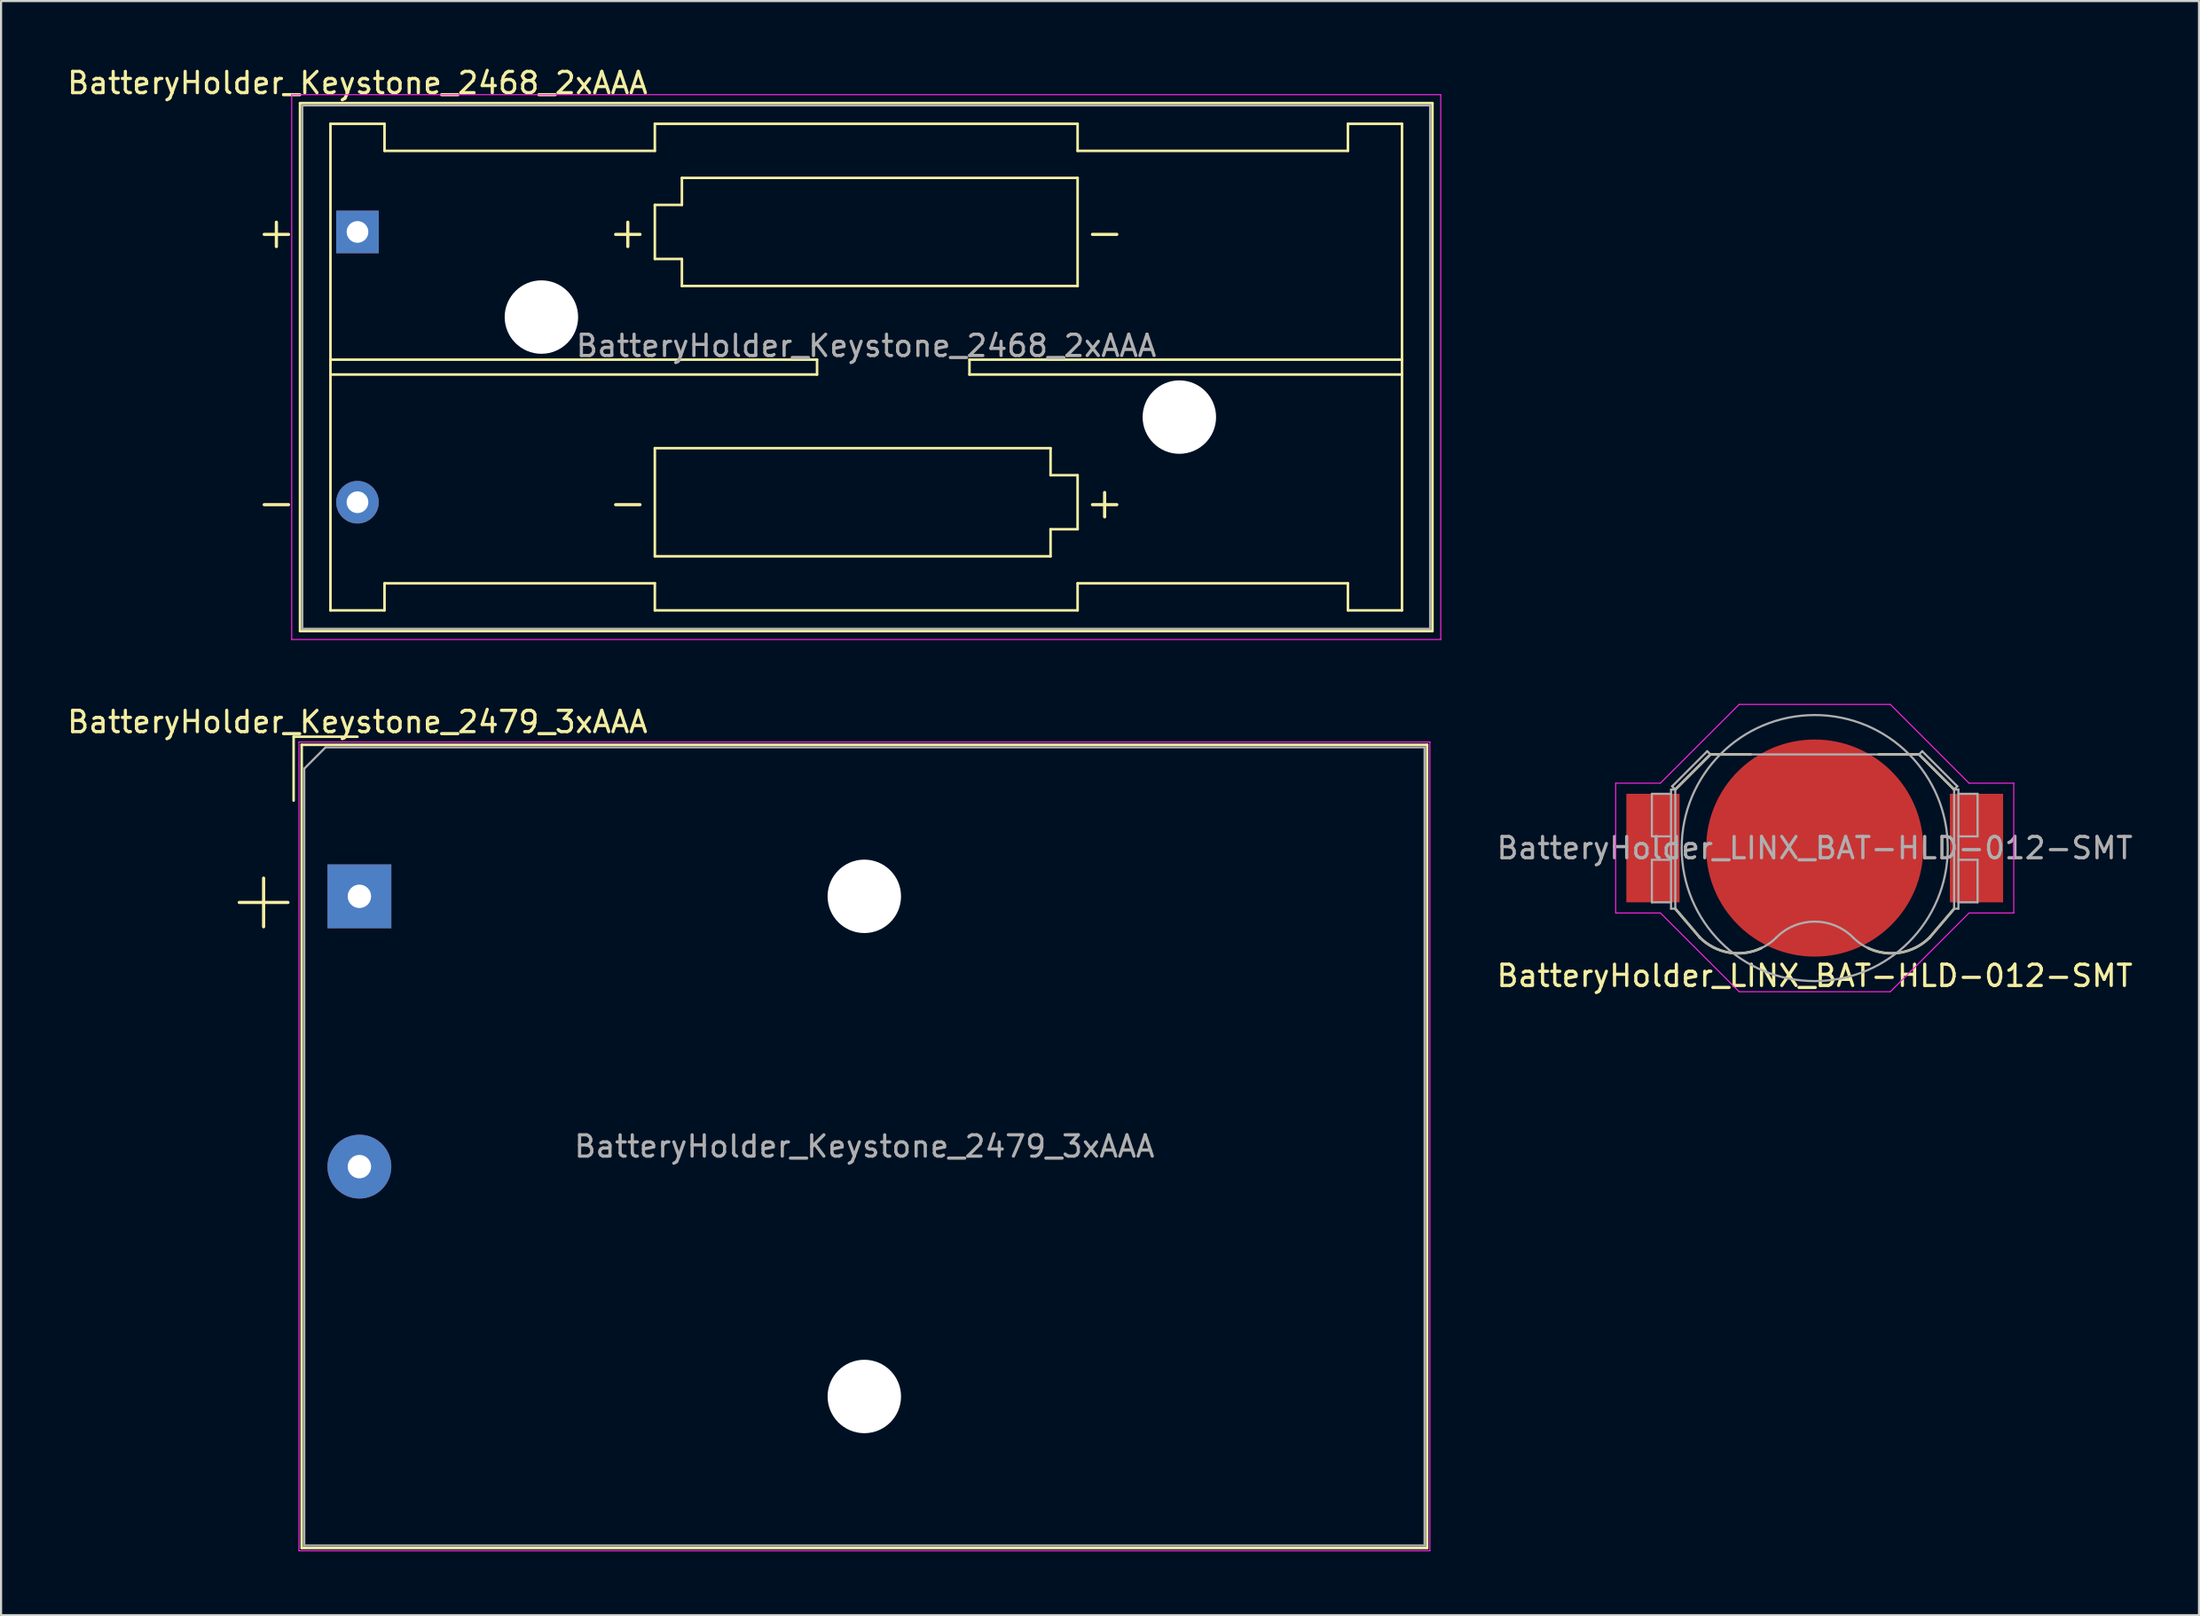
<source format=kicad_pcb>
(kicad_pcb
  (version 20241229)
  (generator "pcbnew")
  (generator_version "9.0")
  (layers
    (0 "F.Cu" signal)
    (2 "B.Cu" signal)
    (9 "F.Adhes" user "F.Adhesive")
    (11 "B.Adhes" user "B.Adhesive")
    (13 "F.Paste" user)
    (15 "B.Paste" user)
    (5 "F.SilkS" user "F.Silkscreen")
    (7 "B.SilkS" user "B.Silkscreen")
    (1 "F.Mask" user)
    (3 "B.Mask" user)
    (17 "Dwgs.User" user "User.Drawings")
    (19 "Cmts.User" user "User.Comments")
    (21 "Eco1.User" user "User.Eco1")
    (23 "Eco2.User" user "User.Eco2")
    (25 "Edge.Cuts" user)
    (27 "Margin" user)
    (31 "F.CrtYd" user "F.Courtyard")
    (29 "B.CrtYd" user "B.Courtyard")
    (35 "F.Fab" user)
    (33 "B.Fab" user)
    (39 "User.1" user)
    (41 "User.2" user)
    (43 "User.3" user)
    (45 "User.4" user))
  (footprint "BatteryHolder_Keystone_2468_2xAAA"
    (layer "F.Cu")
    (at 13.744 7.848)
    (property "Reference" "BatteryHolder_Keystone_2468_2xAAA" (at 0 -7 0) (layer "F.SilkS") (effects (font (size 1 1) (thickness 0.15))))
    (attr through_hole)
    (fp_line (start -2.7 -6.05) (end -2.7 18.75) (stroke (width 0.12) (type solid)) (layer "F.SilkS"))
    (fp_line (start -2.7 18.755) (end 50.5 18.755) (stroke (width 0.12) (type solid)) (layer "F.SilkS"))
    (fp_line (start -1.27 -5.08) (end -1.27 17.78) (stroke (width 0.12) (type solid)) (layer "F.SilkS"))
    (fp_line (start -1.27 6) (end 21.59 6) (stroke (width 0.12) (type solid)) (layer "F.SilkS"))
    (fp_line (start -1.27 17.78) (end 1.27 17.78) (stroke (width 0.12) (type solid)) (layer "F.SilkS"))
    (fp_line (start 1.27 -5.08) (end -1.27 -5.08) (stroke (width 0.12) (type solid)) (layer "F.SilkS"))
    (fp_line (start 1.27 -3.81) (end 1.27 -5.08) (stroke (width 0.12) (type solid)) (layer "F.SilkS"))
    (fp_line (start 1.27 -3.81) (end 13.97 -3.81) (stroke (width 0.12) (type solid)) (layer "F.SilkS"))
    (fp_line (start 1.27 16.51) (end 13.97 16.51) (stroke (width 0.12) (type solid)) (layer "F.SilkS"))
    (fp_line (start 1.27 17.78) (end 1.27 16.51) (stroke (width 0.12) (type solid)) (layer "F.SilkS"))
    (fp_line (start 13.97 -5.08) (end 13.97 -3.81) (stroke (width 0.12) (type solid)) (layer "F.SilkS"))
    (fp_line (start 13.97 -1.27) (end 15.24 -1.27) (stroke (width 0.12) (type solid)) (layer "F.SilkS"))
    (fp_line (start 13.97 1.27) (end 13.97 -1.27) (stroke (width 0.12) (type solid)) (layer "F.SilkS"))
    (fp_line (start 13.97 10.16) (end 32.56 10.16) (stroke (width 0.12) (type solid)) (layer "F.SilkS"))
    (fp_line (start 13.97 15.24) (end 13.97 10.16) (stroke (width 0.12) (type solid)) (layer "F.SilkS"))
    (fp_line (start 13.97 16.51) (end 13.97 17.78) (stroke (width 0.12) (type solid)) (layer "F.SilkS"))
    (fp_line (start 13.97 17.78) (end 33.83 17.78) (stroke (width 0.12) (type solid)) (layer "F.SilkS"))
    (fp_line (start 15.24 -2.54) (end 33.83 -2.54) (stroke (width 0.12) (type solid)) (layer "F.SilkS"))
    (fp_line (start 15.24 -1.27) (end 15.24 -2.54) (stroke (width 0.12) (type solid)) (layer "F.SilkS"))
    (fp_line (start 15.24 1.27) (end 13.97 1.27) (stroke (width 0.12) (type solid)) (layer "F.SilkS"))
    (fp_line (start 15.24 2.54) (end 15.24 1.27) (stroke (width 0.12) (type solid)) (layer "F.SilkS"))
    (fp_line (start 21.59 6) (end 21.59 6.7) (stroke (width 0.12) (type solid)) (layer "F.SilkS"))
    (fp_line (start 21.59 6.7) (end -1.27 6.7) (stroke (width 0.12) (type solid)) (layer "F.SilkS"))
    (fp_line (start 28.75 6) (end 28.75 6.7) (stroke (width 0.12) (type solid)) (layer "F.SilkS"))
    (fp_line (start 28.75 6.7) (end 49.07 6.7) (stroke (width 0.12) (type solid)) (layer "F.SilkS"))
    (fp_line (start 32.56 10.16) (end 32.56 11.43) (stroke (width 0.12) (type solid)) (layer "F.SilkS"))
    (fp_line (start 32.56 11.43) (end 33.83 11.43) (stroke (width 0.12) (type solid)) (layer "F.SilkS"))
    (fp_line (start 32.56 13.97) (end 32.56 15.24) (stroke (width 0.12) (type solid)) (layer "F.SilkS"))
    (fp_line (start 32.56 15.24) (end 13.97 15.24) (stroke (width 0.12) (type solid)) (layer "F.SilkS"))
    (fp_line (start 33.83 -5.08) (end 13.97 -5.08) (stroke (width 0.12) (type solid)) (layer "F.SilkS"))
    (fp_line (start 33.83 -3.81) (end 33.83 -5.08) (stroke (width 0.12) (type solid)) (layer "F.SilkS"))
    (fp_line (start 33.83 -2.54) (end 33.83 2.54) (stroke (width 0.12) (type solid)) (layer "F.SilkS"))
    (fp_line (start 33.83 2.54) (end 15.24 2.54) (stroke (width 0.12) (type solid)) (layer "F.SilkS"))
    (fp_line (start 33.83 11.43) (end 33.83 13.97) (stroke (width 0.12) (type solid)) (layer "F.SilkS"))
    (fp_line (start 33.83 13.97) (end 32.56 13.97) (stroke (width 0.12) (type solid)) (layer "F.SilkS"))
    (fp_line (start 33.83 17.78) (end 33.83 16.51) (stroke (width 0.12) (type solid)) (layer "F.SilkS"))
    (fp_line (start 46.53 -5.08) (end 46.53 -3.81) (stroke (width 0.12) (type solid)) (layer "F.SilkS"))
    (fp_line (start 46.53 -3.81) (end 33.83 -3.81) (stroke (width 0.12) (type solid)) (layer "F.SilkS"))
    (fp_line (start 46.53 16.51) (end 33.83 16.51) (stroke (width 0.12) (type solid)) (layer "F.SilkS"))
    (fp_line (start 46.53 17.78) (end 46.53 16.51) (stroke (width 0.12) (type solid)) (layer "F.SilkS"))
    (fp_line (start 49.07 -5.08) (end 46.53 -5.08) (stroke (width 0.12) (type solid)) (layer "F.SilkS"))
    (fp_line (start 49.07 -5.08) (end 49.07 17.78) (stroke (width 0.12) (type solid)) (layer "F.SilkS"))
    (fp_line (start 49.07 6) (end 28.75 6) (stroke (width 0.12) (type solid)) (layer "F.SilkS"))
    (fp_line (start 49.07 17.78) (end 46.53 17.78) (stroke (width 0.12) (type solid)) (layer "F.SilkS"))
    (fp_line (start 50.5 -6.055) (end -2.7 -6.055) (stroke (width 0.12) (type solid)) (layer "F.SilkS"))
    (fp_line (start 50.5 18.75) (end 50.5 -6.05) (stroke (width 0.12) (type solid)) (layer "F.SilkS"))
    (fp_line (start -3.09 -6.45) (end -3.09 19.15) (stroke (width 0.05) (type solid)) (layer "F.CrtYd"))
    (fp_line (start -3.09 19.15) (end 50.89 19.15) (stroke (width 0.05) (type solid)) (layer "F.CrtYd"))
    (fp_line (start 50.89 -6.45) (end -3.09 -6.45) (stroke (width 0.05) (type solid)) (layer "F.CrtYd"))
    (fp_line (start 50.89 19.15) (end 50.89 -6.45) (stroke (width 0.05) (type solid)) (layer "F.CrtYd"))
    (fp_line (start -2.59 -5.945) (end 50.39 -5.945) (stroke (width 0.1) (type solid)) (layer "F.Fab"))
    (fp_line (start -2.59 18.645) (end -2.59 -5.945) (stroke (width 0.1) (type solid)) (layer "F.Fab"))
    (fp_line (start -2.59 18.645) (end 50.39 18.645) (stroke (width 0.1) (type solid)) (layer "F.Fab"))
    (fp_line (start 50.39 18.645) (end 50.39 -5.945) (stroke (width 0.1) (type solid)) (layer "F.Fab"))
    (fp_text user "+" (at 12.7 0 0) (layer "F.SilkS") (effects (font (size 1.5 1.5) (thickness 0.15))))
    (fp_text user "+" (at 35.1 12.7 0) (layer "F.SilkS") (effects (font (size 1.5 1.5) (thickness 0.15))))
    (fp_text user "-" (at -3.81 12.7 0) (layer "F.SilkS") (effects (font (size 1.5 1.5) (thickness 0.15))))
    (fp_text user "-" (at 12.7 12.7 0) (layer "F.SilkS") (effects (font (size 1.5 1.5) (thickness 0.15))))
    (fp_text user "-" (at 35.1 0 0) (layer "F.SilkS") (effects (font (size 1.5 1.5) (thickness 0.15))))
    (fp_text user "+" (at -3.81 0 0) (layer "F.SilkS") (effects (font (size 1.5 1.5) (thickness 0.15))))
    (fp_text user "${REFERENCE}" (at 23.9 5.35 0) (layer "F.Fab") (effects (font (size 1 1) (thickness 0.15))))
    (pad "" np_thru_hole circle (at 8.64 4) (size 3.45 3.45) (drill 3.45) (layers "*.Cu"))
    (pad "" np_thru_hole circle (at 38.61 8.7) (size 3.45 3.45) (drill 3.45) (layers "*.Cu" "*.Mask"))
    (pad "1" thru_hole rect (at 0 0) (size 2 2) (drill 1.02) (layers "*.Cu" "*.Mask"))
    (pad "2" thru_hole circle (at 0 12.7) (size 2 2) (drill 1.02) (layers "*.Cu" "*.Mask")))
  (footprint "BatteryHolder_Keystone_2479_3xAAA"
    (layer "F.Cu")
    (at 13.834 39.066)
    (property "Reference" "BatteryHolder_Keystone_2479_3xAAA" (at -0.09 -8.195 0) (layer "F.SilkS") (effects (font (size 1 1) (thickness 0.15))))
    (attr through_hole)
    (fp_line (start -3.09 -7.5) (end -0.09 -7.5) (stroke (width 0.12) (type solid)) (layer "F.SilkS"))
    (fp_line (start -3.09 -4.5) (end -3.09 -7.5) (stroke (width 0.12) (type solid)) (layer "F.SilkS"))
    (fp_line (start -2.71 -7.12) (end -2.71 30.62) (stroke (width 0.12) (type solid)) (layer "F.SilkS"))
    (fp_line (start -2.71 -7.12) (end 50.16 -7.12) (stroke (width 0.12) (type solid)) (layer "F.SilkS"))
    (fp_line (start -2.71 30.62) (end 50.16 30.62) (stroke (width 0.12) (type solid)) (layer "F.SilkS"))
    (fp_line (start 50.16 -7.12) (end 50.16 30.62) (stroke (width 0.12) (type solid)) (layer "F.SilkS"))
    (fp_line (start -2.84 -7.25) (end -2.84 30.75) (stroke (width 0.05) (type solid)) (layer "F.CrtYd"))
    (fp_line (start -2.84 -7.25) (end 50.29 -7.25) (stroke (width 0.05) (type solid)) (layer "F.CrtYd"))
    (fp_line (start -2.84 30.75) (end 50.29 30.75) (stroke (width 0.05) (type solid)) (layer "F.CrtYd"))
    (fp_line (start 50.29 -7.25) (end 50.29 30.75) (stroke (width 0.05) (type solid)) (layer "F.CrtYd"))
    (fp_line (start -2.59 -6) (end -1.59 -7) (stroke (width 0.1) (type solid)) (layer "F.Fab"))
    (fp_line (start -2.59 30.5) (end -2.59 -6) (stroke (width 0.1) (type solid)) (layer "F.Fab"))
    (fp_line (start -1.59 -7) (end 50.04 -7) (stroke (width 0.1) (type solid)) (layer "F.Fab"))
    (fp_line (start 50.04 -7) (end 50.04 30.5) (stroke (width 0.1) (type solid)) (layer "F.Fab"))
    (fp_line (start 50.04 30.5) (end -2.59 30.5) (stroke (width 0.1) (type solid)) (layer "F.Fab"))
    (fp_text user "+" (at -4.5 0.05 0) (layer "F.SilkS") (effects (font (size 3 3) (thickness 0.15))))
    (fp_text user "${REFERENCE}" (at 23.725 11.75 0) (layer "F.Fab") (effects (font (size 1 1) (thickness 0.15))))
    (pad "" np_thru_hole circle (at 23.72 0) (size 3.45 3.45) (drill 3.45) (layers "*.Cu" "*.Mask"))
    (pad "" np_thru_hole circle (at 23.72 23.5) (size 3.45 3.45) (drill 3.45) (layers "*.Cu" "*.Mask"))
    (pad "1" thru_hole rect (at 0 0) (size 3 3) (drill 1.1) (layers "*.Cu" "*.Mask"))
    (pad "2" thru_hole circle (at 0 12.7) (size 3 3) (drill 1.1) (layers "*.Cu" "*.Mask")))
  (footprint "BatteryHolder_LINX_BAT-HLD-012-SMT"
    (layer "F.Cu")
    (at 82.203 36.798)
    (property "Reference" "BatteryHolder_LINX_BAT-HLD-012-SMT" (at 0 6 0) (layer "F.SilkS") (effects (font (size 1 1) (thickness 0.15))))
    (attr smd)
    (fp_line (start -6.55 -2.75) (end -4.9 -4.4) (stroke (width 0.12) (type solid)) (layer "F.SilkS"))
    (fp_line (start -6.55 2.85) (end -5.4 4.2) (stroke (width 0.12) (type solid)) (layer "F.SilkS"))
    (fp_line (start -4.9 -4.4) (end -3 -4.4) (stroke (width 0.12) (type solid)) (layer "F.SilkS"))
    (fp_line (start 4.9 -4.4) (end 3 -4.4) (stroke (width 0.12) (type solid)) (layer "F.SilkS"))
    (fp_line (start 4.9 -4.4) (end 6.55 -2.75) (stroke (width 0.12) (type solid)) (layer "F.SilkS"))
    (fp_line (start 6.55 2.85) (end 5.4 4.2) (stroke (width 0.12) (type solid)) (layer "F.SilkS"))
    (fp_arc (start -2.504098 4.697607) (mid -4.031094 4.908816) (end -5.4 4.2) (stroke (width 0.12) (type solid)) (layer "F.SilkS"))
    (fp_arc (start 5.4 4.2) (mid 4.029781 4.909041) (end 2.501694 4.696459) (stroke (width 0.12) (type solid)) (layer "F.SilkS"))
    (fp_line (start -9.35 -3.05) (end -7.25 -3.05) (stroke (width 0.05) (type solid)) (layer "F.CrtYd"))
    (fp_line (start -9.35 3.05) (end -9.35 -3.05) (stroke (width 0.05) (type solid)) (layer "F.CrtYd"))
    (fp_line (start -9.35 3.05) (end -7.25 3.05) (stroke (width 0.05) (type solid)) (layer "F.CrtYd"))
    (fp_line (start -7.25 -3.05) (end -3.55 -6.75) (stroke (width 0.05) (type solid)) (layer "F.CrtYd"))
    (fp_line (start -3.55 -6.75) (end 3.55 -6.75) (stroke (width 0.05) (type solid)) (layer "F.CrtYd"))
    (fp_line (start -3.55 6.75) (end -7.25 3.05) (stroke (width 0.05) (type solid)) (layer "F.CrtYd"))
    (fp_line (start -3.55 6.75) (end 3.55 6.75) (stroke (width 0.05) (type solid)) (layer "F.CrtYd"))
    (fp_line (start 3.55 -6.75) (end 7.25 -3.05) (stroke (width 0.05) (type solid)) (layer "F.CrtYd"))
    (fp_line (start 3.55 6.75) (end 7.25 3.05) (stroke (width 0.05) (type solid)) (layer "F.CrtYd"))
    (fp_line (start 7.25 -3.05) (end 9.35 -3.05) (stroke (width 0.05) (type solid)) (layer "F.CrtYd"))
    (fp_line (start 9.35 -3.05) (end 9.35 3.05) (stroke (width 0.05) (type solid)) (layer "F.CrtYd"))
    (fp_line (start 9.35 3.05) (end 7.25 3.05) (stroke (width 0.05) (type solid)) (layer "F.CrtYd"))
    (fp_line (start -7.65 -2.55) (end -7.65 -0.55) (stroke (width 0.1) (type solid)) (layer "F.Fab"))
    (fp_line (start -7.65 -2.55) (end -6.75 -2.55) (stroke (width 0.1) (type solid)) (layer "F.Fab"))
    (fp_line (start -7.65 -0.55) (end -6.75 -0.55) (stroke (width 0.1) (type solid)) (layer "F.Fab"))
    (fp_line (start -7.65 0.55) (end -7.65 2.55) (stroke (width 0.1) (type solid)) (layer "F.Fab"))
    (fp_line (start -7.65 2.55) (end -6.75 2.55) (stroke (width 0.1) (type solid)) (layer "F.Fab"))
    (fp_line (start -6.75 -2.75) (end -6.55 -2.75) (stroke (width 0.1) (type solid)) (layer "F.Fab"))
    (fp_line (start -6.75 0.55) (end -7.65 0.55) (stroke (width 0.1) (type solid)) (layer "F.Fab"))
    (fp_line (start -6.75 2.85) (end -6.75 -2.75) (stroke (width 0.1) (type solid)) (layer "F.Fab"))
    (fp_line (start -6.75 2.85) (end -6.55 2.85) (stroke (width 0.1) (type solid)) (layer "F.Fab"))
    (fp_line (start -6.7 -2.9) (end -5.05 -4.55) (stroke (width 0.1) (type solid)) (layer "F.Fab"))
    (fp_line (start -6.55 -2.75) (end -6.7 -2.9) (stroke (width 0.1) (type solid)) (layer "F.Fab"))
    (fp_line (start -6.55 -2.75) (end -4.9 -4.4) (stroke (width 0.1) (type solid)) (layer "F.Fab"))
    (fp_line (start -6.55 2.85) (end -6.55 -2.75) (stroke (width 0.1) (type solid)) (layer "F.Fab"))
    (fp_line (start -6.55 2.85) (end -5.4 4.2) (stroke (width 0.1) (type solid)) (layer "F.Fab"))
    (fp_line (start -5.05 -4.55) (end -4.9 -4.4) (stroke (width 0.1) (type solid)) (layer "F.Fab"))
    (fp_line (start 4.9 -4.4) (end -4.9 -4.4) (stroke (width 0.1) (type solid)) (layer "F.Fab"))
    (fp_line (start 5.05 -4.55) (end 4.9 -4.4) (stroke (width 0.1) (type solid)) (layer "F.Fab"))
    (fp_line (start 6.55 -2.75) (end 4.9 -4.4) (stroke (width 0.1) (type solid)) (layer "F.Fab"))
    (fp_line (start 6.55 -2.75) (end 6.7 -2.9) (stroke (width 0.1) (type solid)) (layer "F.Fab"))
    (fp_line (start 6.55 -2.75) (end 6.75 -2.75) (stroke (width 0.1) (type solid)) (layer "F.Fab"))
    (fp_line (start 6.55 2.85) (end 5.4 4.2) (stroke (width 0.1) (type solid)) (layer "F.Fab"))
    (fp_line (start 6.55 2.85) (end 6.55 -2.75) (stroke (width 0.1) (type solid)) (layer "F.Fab"))
    (fp_line (start 6.7 -2.9) (end 5.05 -4.55) (stroke (width 0.1) (type solid)) (layer "F.Fab"))
    (fp_line (start 6.75 -0.55) (end 7.65 -0.55) (stroke (width 0.1) (type solid)) (layer "F.Fab"))
    (fp_line (start 6.75 2.55) (end 7.65 2.55) (stroke (width 0.1) (type solid)) (layer "F.Fab"))
    (fp_line (start 6.75 2.85) (end 6.55 2.85) (stroke (width 0.1) (type solid)) (layer "F.Fab"))
    (fp_line (start 6.75 2.85) (end 6.75 -2.75) (stroke (width 0.1) (type solid)) (layer "F.Fab"))
    (fp_line (start 7.65 -2.55) (end 6.75 -2.55) (stroke (width 0.1) (type solid)) (layer "F.Fab"))
    (fp_line (start 7.65 -0.55) (end 7.65 -2.55) (stroke (width 0.1) (type solid)) (layer "F.Fab"))
    (fp_line (start 7.65 0.55) (end 6.75 0.55) (stroke (width 0.1) (type solid)) (layer "F.Fab"))
    (fp_line (start 7.65 2.55) (end 7.65 0.55) (stroke (width 0.1) (type solid)) (layer "F.Fab"))
    (fp_arc (start -1.8 4.2) (mid -3.6 4.945584) (end -5.4 4.2) (stroke (width 0.1) (type solid)) (layer "F.Fab"))
    (fp_arc (start -1.8 4.2) (mid 0 3.454416) (end 1.8 4.2) (stroke (width 0.1) (type solid)) (layer "F.Fab"))
    (fp_arc (start 5.4 4.2) (mid 3.6 4.945584) (end 1.8 4.2) (stroke (width 0.1) (type solid)) (layer "F.Fab"))
    (fp_circle (center 0 0) (end -6.25 0) (stroke (width 0.1) (type solid)) (fill no) (layer "F.Fab"))
    (fp_text user "${REFERENCE}" (at 0 0 0) (layer "F.Fab") (effects (font (size 1 1) (thickness 0.15))))
    (pad "1" smd rect (at -7.6 0) (size 2.5 5.1) (layers "F.Cu" "F.Mask" "F.Paste"))
    (pad "1" smd rect (at 7.6 0) (size 2.5 5.1) (layers "F.Cu" "F.Mask" "F.Paste"))
    (pad "2" smd circle (at 0 0) (size 10.2 10.2) (layers "F.Cu" "F.Mask")))
  (gr_rect
    (start -3 -3)
    (end 100.256 72.841)
    (stroke (width 0.1) (type default))
    (fill no)
    (layer "Edge.Cuts")))
</source>
